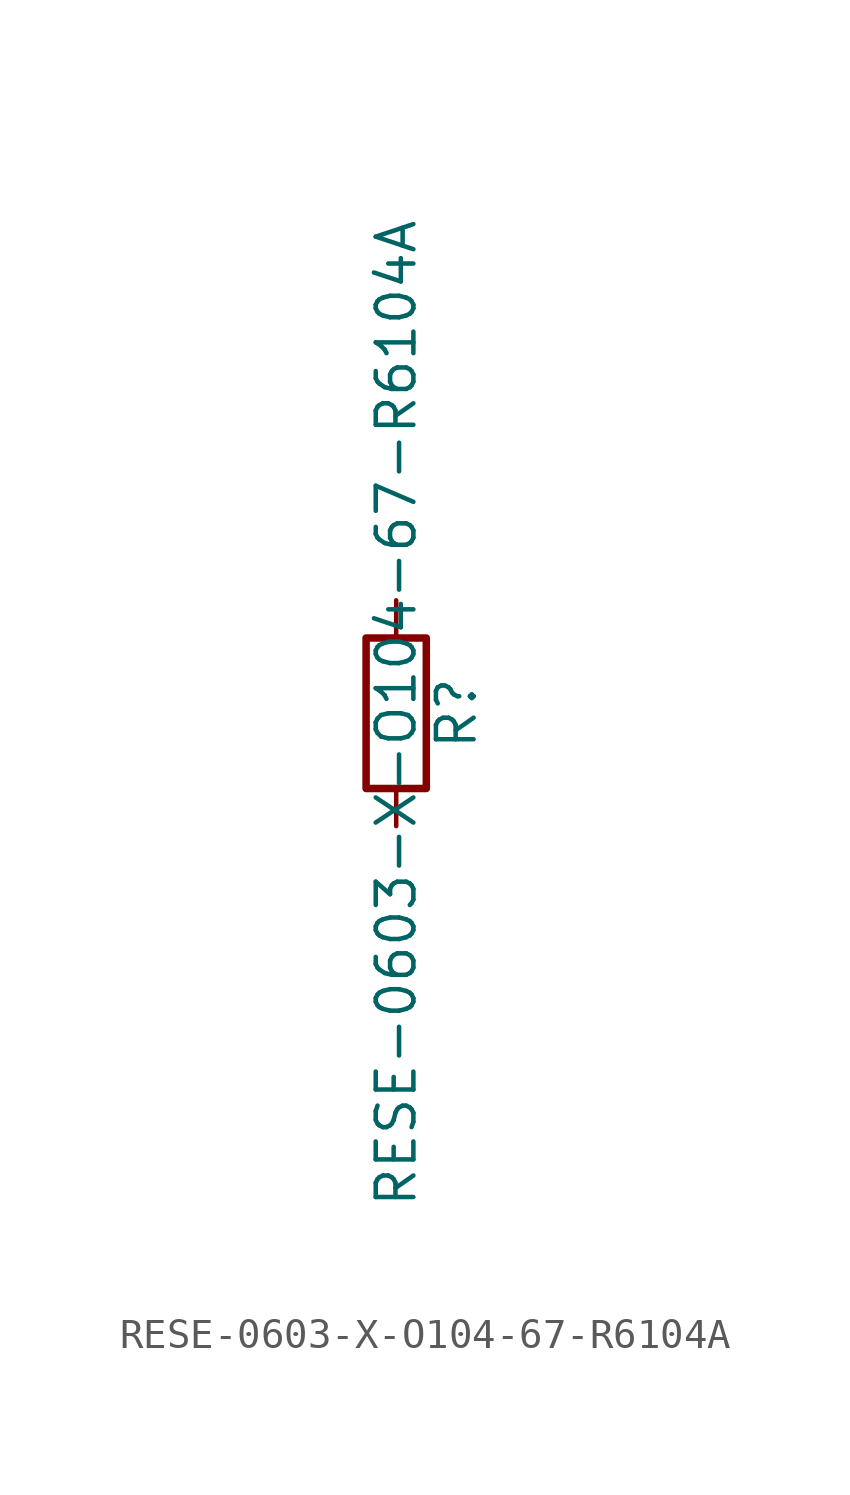
<source format=kicad_sym>
(kicad_symbol_lib
  (version 20211014)
  (generator kicad_symbol_editor)
  (symbol "RESE-0603-X-O104-67-R6104A"
    (pin_numbers hide)
    (pin_names
      (offset 0))
    (property "Reference" "R"
      (at 2.032 0 90)
      (effects (font (size 1.27 1.27))))
    (property "Value" "RESE-0603-X-O104-67-R6104A"
      (at 0 0 90)
      (effects (font (size 1.27 1.27))))
    (symbol "RESE-0603-X-O104-67-R6104A_0_1"
      (rectangle (start -1.016 -2.54) (end 1.016 2.54) (stroke (width 0.254) (type default) (color 0 0 0 0)) (fill (type none))))
    (symbol "RESE-0603-X-O104-67-R6104A_1_1"
      (pin passive line (at 0 3.81 270) (length 1.27) (name "~" (effects (font (size 1.27 1.27)))) (number "1" (effects (font (size 1.27 1.27)))))
      (pin passive line (at 0 -3.81 90) (length 1.27) (name "~" (effects (font (size 1.27 1.27)))) (number "2" (effects (font (size 1.27 1.27))))))))
</source>
